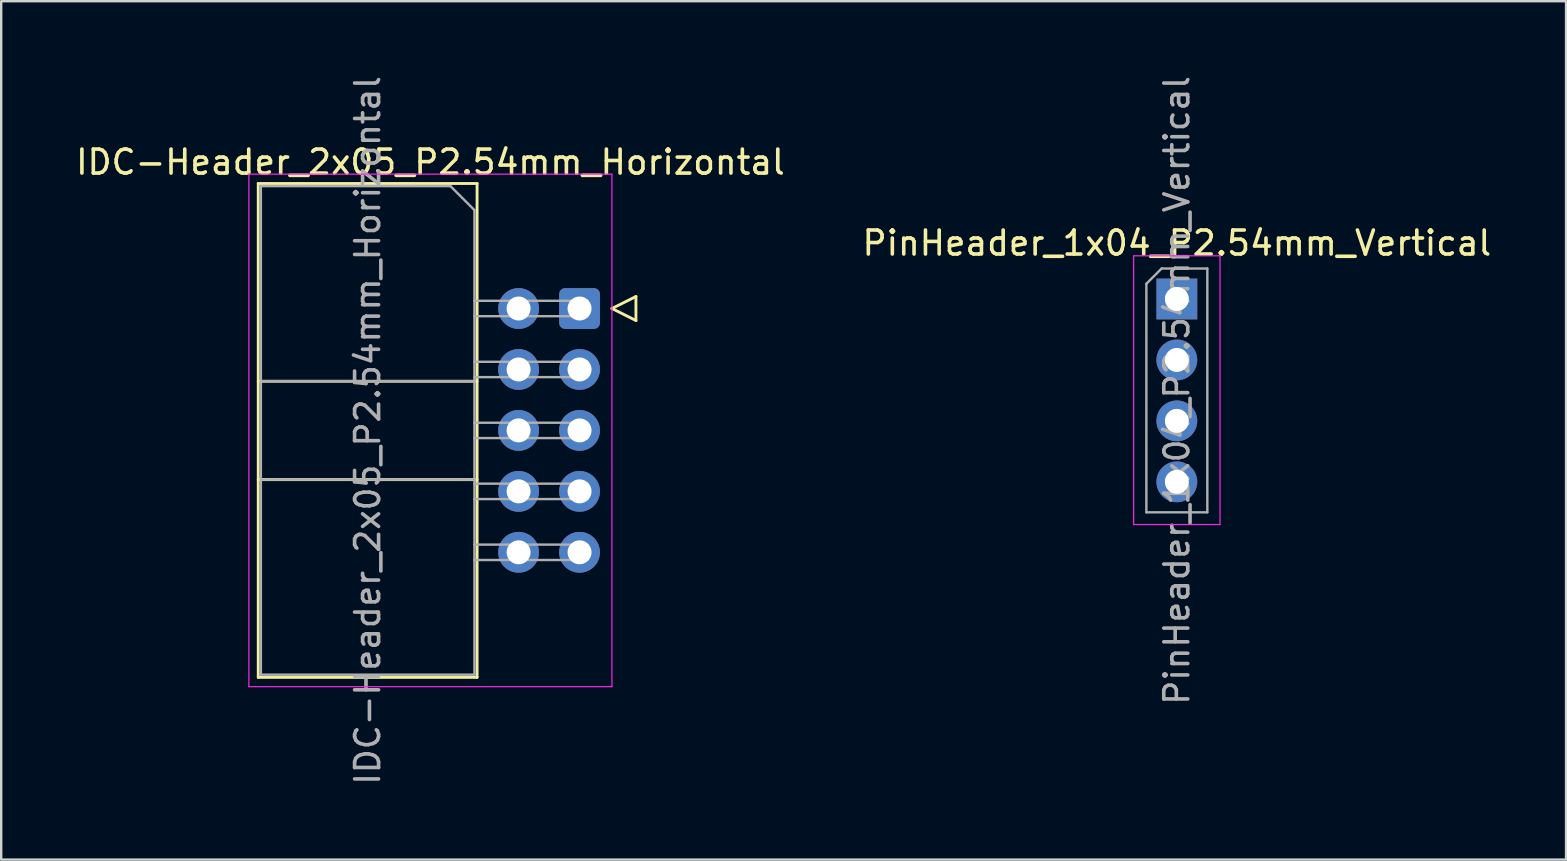
<source format=kicad_pcb>
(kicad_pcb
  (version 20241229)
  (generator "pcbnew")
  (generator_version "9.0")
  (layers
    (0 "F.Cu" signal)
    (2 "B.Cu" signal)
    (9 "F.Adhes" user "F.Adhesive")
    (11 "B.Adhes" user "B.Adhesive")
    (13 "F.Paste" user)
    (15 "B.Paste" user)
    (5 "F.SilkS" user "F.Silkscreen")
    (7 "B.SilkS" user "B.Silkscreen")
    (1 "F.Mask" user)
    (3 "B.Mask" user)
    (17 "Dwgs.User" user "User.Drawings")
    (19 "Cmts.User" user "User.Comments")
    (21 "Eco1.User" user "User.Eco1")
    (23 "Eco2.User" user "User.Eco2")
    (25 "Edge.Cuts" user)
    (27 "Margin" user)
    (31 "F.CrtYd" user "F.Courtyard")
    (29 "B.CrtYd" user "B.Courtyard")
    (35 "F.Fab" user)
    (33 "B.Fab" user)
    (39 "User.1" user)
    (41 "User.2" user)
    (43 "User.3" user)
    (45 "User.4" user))
  (footprint "PinHeader_1x04_P2.54mm_Vertical"
    (layer "F.Cu")
    (at 45.994 9.41)
    (property "Reference" "PinHeader_1x04_P2.54mm_Vertical" (at 0 -2.33 0) (layer "F.SilkS") (effects (font (size 1 1) (thickness 0.15))))
    (attr through_hole)
    (fp_line (start -1.8 -1.8) (end -1.8 9.4) (stroke (width 0.05) (type solid)) (layer "F.CrtYd"))
    (fp_line (start -1.8 9.4) (end 1.8 9.4) (stroke (width 0.05) (type solid)) (layer "F.CrtYd"))
    (fp_line (start 1.8 -1.8) (end -1.8 -1.8) (stroke (width 0.05) (type solid)) (layer "F.CrtYd"))
    (fp_line (start 1.8 9.4) (end 1.8 -1.8) (stroke (width 0.05) (type solid)) (layer "F.CrtYd"))
    (fp_line (start -1.27 -0.635) (end -0.635 -1.27) (stroke (width 0.1) (type solid)) (layer "F.Fab"))
    (fp_line (start -1.27 8.89) (end -1.27 -0.635) (stroke (width 0.1) (type solid)) (layer "F.Fab"))
    (fp_line (start -0.635 -1.27) (end 1.27 -1.27) (stroke (width 0.1) (type solid)) (layer "F.Fab"))
    (fp_line (start 1.27 -1.27) (end 1.27 8.89) (stroke (width 0.1) (type solid)) (layer "F.Fab"))
    (fp_line (start 1.27 8.89) (end -1.27 8.89) (stroke (width 0.1) (type solid)) (layer "F.Fab"))
    (fp_text user "${REFERENCE}" (at 0 3.81 90) (layer "F.Fab") (effects (font (size 1 1) (thickness 0.15))))
    (pad "1" thru_hole rect (at 0 0) (size 1.7 1.7) (drill 1) (layers "*.Cu" "*.Mask"))
    (pad "2" thru_hole oval (at 0 2.54) (size 1.7 1.7) (drill 1) (layers "*.Cu" "*.Mask"))
    (pad "3" thru_hole oval (at 0 5.08) (size 1.7 1.7) (drill 1) (layers "*.Cu" "*.Mask"))
    (pad "4" thru_hole oval (at 0 7.62) (size 1.7 1.7) (drill 1) (layers "*.Cu" "*.Mask")))
  (footprint "IDC-Header_2x05_P2.54mm_Horizontal"
    (layer "F.Cu")
    (at 5.862 9.807)
    (property "Reference" "IDC-Header_2x05_P2.54mm_Horizontal" (at 9.025 -6.1 0) (layer "F.SilkS") (effects (font (size 1 1) (thickness 0.15))))
    (attr through_hole)
    (fp_line (start 1.85 -5.21) (end 1.85 15.37) (stroke (width 0.12) (type solid)) (layer "F.SilkS"))
    (fp_line (start 1.85 15.37) (end 10.97 15.37) (stroke (width 0.12) (type solid)) (layer "F.SilkS"))
    (fp_line (start 10.97 -5.21) (end 1.85 -5.21) (stroke (width 0.12) (type solid)) (layer "F.SilkS"))
    (fp_line (start 10.97 3.03) (end 1.85 3.03) (stroke (width 0.12) (type solid)) (layer "F.SilkS"))
    (fp_line (start 10.97 7.13) (end 1.85 7.13) (stroke (width 0.12) (type solid)) (layer "F.SilkS"))
    (fp_line (start 10.97 15.37) (end 10.97 -5.21) (stroke (width 0.12) (type solid)) (layer "F.SilkS"))
    (fp_line (start 16.59 0) (end 17.59 -0.5) (stroke (width 0.12) (type solid)) (layer "F.SilkS"))
    (fp_line (start 17.59 -0.5) (end 17.59 0.5) (stroke (width 0.12) (type solid)) (layer "F.SilkS"))
    (fp_line (start 17.59 0.5) (end 16.59 0) (stroke (width 0.12) (type solid)) (layer "F.SilkS"))
    (fp_line (start 1.46 -5.6) (end 16.59 -5.6) (stroke (width 0.05) (type solid)) (layer "F.CrtYd"))
    (fp_line (start 1.46 15.76) (end 1.46 -5.6) (stroke (width 0.05) (type solid)) (layer "F.CrtYd"))
    (fp_line (start 16.59 -5.6) (end 16.59 15.76) (stroke (width 0.05) (type solid)) (layer "F.CrtYd"))
    (fp_line (start 16.59 15.76) (end 1.46 15.76) (stroke (width 0.05) (type solid)) (layer "F.CrtYd"))
    (fp_line (start 1.96 -5.1) (end 1.96 15.26) (stroke (width 0.1) (type solid)) (layer "F.Fab"))
    (fp_line (start 1.96 15.26) (end 10.86 15.26) (stroke (width 0.1) (type solid)) (layer "F.Fab"))
    (fp_line (start 9.86 -5.1) (end 1.96 -5.1) (stroke (width 0.1) (type solid)) (layer "F.Fab"))
    (fp_line (start 10.86 -4.1) (end 9.86 -5.1) (stroke (width 0.1) (type solid)) (layer "F.Fab"))
    (fp_line (start 10.86 -0.32) (end 15.56 -0.32) (stroke (width 0.1) (type solid)) (layer "F.Fab"))
    (fp_line (start 10.86 2.22) (end 15.56 2.22) (stroke (width 0.1) (type solid)) (layer "F.Fab"))
    (fp_line (start 10.86 3.03) (end 1.96 3.03) (stroke (width 0.1) (type solid)) (layer "F.Fab"))
    (fp_line (start 10.86 4.76) (end 15.56 4.76) (stroke (width 0.1) (type solid)) (layer "F.Fab"))
    (fp_line (start 10.86 7.13) (end 1.96 7.13) (stroke (width 0.1) (type solid)) (layer "F.Fab"))
    (fp_line (start 10.86 7.3) (end 15.56 7.3) (stroke (width 0.1) (type solid)) (layer "F.Fab"))
    (fp_line (start 10.86 9.84) (end 15.56 9.84) (stroke (width 0.1) (type solid)) (layer "F.Fab"))
    (fp_line (start 10.86 15.26) (end 10.86 -4.1) (stroke (width 0.1) (type solid)) (layer "F.Fab"))
    (fp_line (start 15.56 -0.32) (end 15.56 0.32) (stroke (width 0.1) (type solid)) (layer "F.Fab"))
    (fp_line (start 15.56 0.32) (end 10.86 0.32) (stroke (width 0.1) (type solid)) (layer "F.Fab"))
    (fp_line (start 15.56 2.22) (end 15.56 2.86) (stroke (width 0.1) (type solid)) (layer "F.Fab"))
    (fp_line (start 15.56 2.86) (end 10.86 2.86) (stroke (width 0.1) (type solid)) (layer "F.Fab"))
    (fp_line (start 15.56 4.76) (end 15.56 5.4) (stroke (width 0.1) (type solid)) (layer "F.Fab"))
    (fp_line (start 15.56 5.4) (end 10.86 5.4) (stroke (width 0.1) (type solid)) (layer "F.Fab"))
    (fp_line (start 15.56 7.3) (end 15.56 7.94) (stroke (width 0.1) (type solid)) (layer "F.Fab"))
    (fp_line (start 15.56 7.94) (end 10.86 7.94) (stroke (width 0.1) (type solid)) (layer "F.Fab"))
    (fp_line (start 15.56 9.84) (end 15.56 10.48) (stroke (width 0.1) (type solid)) (layer "F.Fab"))
    (fp_line (start 15.56 10.48) (end 10.86 10.48) (stroke (width 0.1) (type solid)) (layer "F.Fab"))
    (fp_text user "${REFERENCE}" (at 6.41 5.08 90) (layer "F.Fab") (effects (font (size 1 1) (thickness 0.15))))
    (pad "1" thru_hole roundrect (at 15.24 0) (size 1.7 1.7) (drill 1) (layers "*.Cu" "*.Mask") (roundrect_rratio 0.147))
    (pad "2" thru_hole circle (at 12.7 0) (size 1.7 1.7) (drill 1) (layers "*.Cu" "*.Mask"))
    (pad "3" thru_hole circle (at 15.24 2.54) (size 1.7 1.7) (drill 1) (layers "*.Cu" "*.Mask"))
    (pad "4" thru_hole circle (at 12.7 2.54) (size 1.7 1.7) (drill 1) (layers "*.Cu" "*.Mask"))
    (pad "5" thru_hole circle (at 15.24 5.08) (size 1.7 1.7) (drill 1) (layers "*.Cu" "*.Mask"))
    (pad "6" thru_hole circle (at 12.7 5.08) (size 1.7 1.7) (drill 1) (layers "*.Cu" "*.Mask"))
    (pad "7" thru_hole circle (at 15.24 7.62) (size 1.7 1.7) (drill 1) (layers "*.Cu" "*.Mask"))
    (pad "8" thru_hole circle (at 12.7 7.62) (size 1.7 1.7) (drill 1) (layers "*.Cu" "*.Mask"))
    (pad "9" thru_hole circle (at 15.24 10.16) (size 1.7 1.7) (drill 1) (layers "*.Cu" "*.Mask"))
    (pad "10" thru_hole circle (at 12.7 10.16) (size 1.7 1.7) (drill 1) (layers "*.Cu" "*.Mask")))
  (gr_rect
    (start -3 -3)
    (end 62.214 32.774)
    (stroke (width 0.1) (type default))
    (fill no)
    (layer "Edge.Cuts")))
</source>
